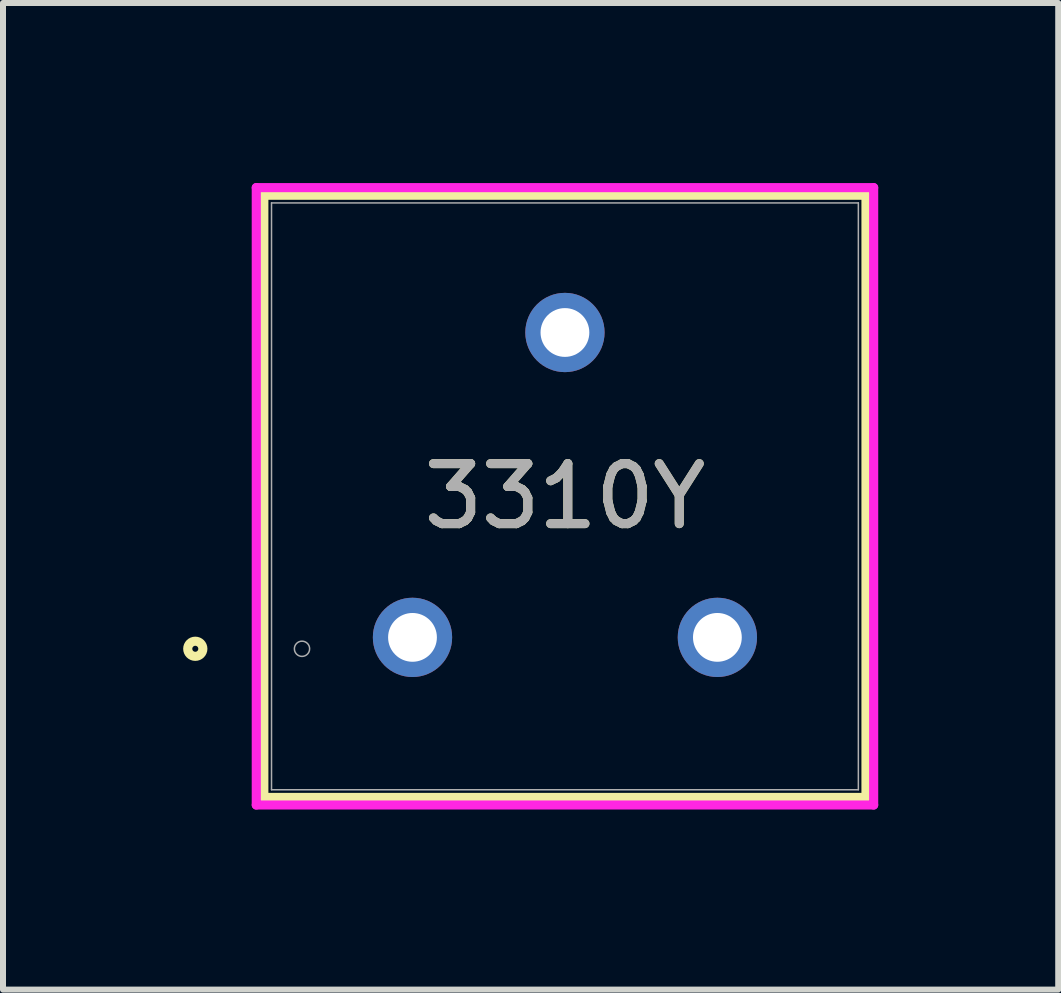
<source format=kicad_pcb>
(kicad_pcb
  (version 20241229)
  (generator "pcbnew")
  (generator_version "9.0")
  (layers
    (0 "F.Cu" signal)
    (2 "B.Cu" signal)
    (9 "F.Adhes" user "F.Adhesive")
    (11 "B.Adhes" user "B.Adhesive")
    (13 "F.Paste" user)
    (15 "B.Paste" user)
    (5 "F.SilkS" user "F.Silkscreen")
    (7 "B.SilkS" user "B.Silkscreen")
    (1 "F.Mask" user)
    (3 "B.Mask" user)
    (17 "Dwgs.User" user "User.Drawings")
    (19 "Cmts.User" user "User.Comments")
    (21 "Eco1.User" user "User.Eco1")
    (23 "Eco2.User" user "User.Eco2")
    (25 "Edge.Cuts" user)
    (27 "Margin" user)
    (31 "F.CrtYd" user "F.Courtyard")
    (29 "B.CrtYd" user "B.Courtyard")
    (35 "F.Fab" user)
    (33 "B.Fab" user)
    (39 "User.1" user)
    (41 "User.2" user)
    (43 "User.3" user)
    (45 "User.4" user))
  (footprint "3310Y"
    (layer "F.Cu")
    (at 3.823 7.57)
    (property "Reference" "3310Y" (at 2.54 -2.35 0) (unlocked yes) (layer "F.SilkS") (effects (font (size 1 1) (thickness 0.15))))
    (attr through_hole)
    (fp_line (start -2.477 -7.367) (end 7.556 -7.367) (stroke (width 0.152) (type solid)) (layer "F.SilkS"))
    (fp_line (start -2.477 2.667) (end -2.477 -7.367) (stroke (width 0.152) (type solid)) (layer "F.SilkS"))
    (fp_line (start 7.556 -7.367) (end 7.556 2.667) (stroke (width 0.152) (type solid)) (layer "F.SilkS"))
    (fp_line (start 7.556 2.667) (end -2.477 2.667) (stroke (width 0.152) (type solid)) (layer "F.SilkS"))
    (fp_circle (center -3.619 0.19) (end -3.493 0.19) (stroke (width 0.152) (type solid)) (fill no) (layer "F.SilkS"))
    (fp_line (start -2.603 -7.494) (end 7.684 -7.494) (stroke (width 0.152) (type solid)) (layer "F.CrtYd"))
    (fp_line (start -2.603 2.793) (end -2.603 -7.494) (stroke (width 0.152) (type solid)) (layer "F.CrtYd"))
    (fp_line (start 7.684 -7.494) (end 7.684 2.793) (stroke (width 0.152) (type solid)) (layer "F.CrtYd"))
    (fp_line (start 7.684 2.793) (end -2.603 2.793) (stroke (width 0.152) (type solid)) (layer "F.CrtYd"))
    (fp_line (start -2.349 -7.239) (end 7.429 -7.239) (stroke (width 0.025) (type solid)) (layer "F.Fab"))
    (fp_line (start -2.349 2.539) (end -2.349 -7.239) (stroke (width 0.025) (type solid)) (layer "F.Fab"))
    (fp_line (start 7.429 -7.239) (end 7.429 2.539) (stroke (width 0.025) (type solid)) (layer "F.Fab"))
    (fp_line (start 7.429 2.539) (end -2.349 2.539) (stroke (width 0.025) (type solid)) (layer "F.Fab"))
    (fp_circle (center -1.841 0.19) (end -1.714 0.19) (stroke (width 0.025) (type solid)) (fill no) (layer "F.Fab"))
    (fp_text user "${REFERENCE}" (at 2.54 -2.35 0) (unlocked yes) (layer "F.Fab") (effects (font (size 1 1) (thickness 0.15))))
    (pad "1" thru_hole circle (at 5.08 0) (size 1.321 1.321) (drill 0.813) (layers "*.Cu" "*.Mask"))
    (pad "2" thru_hole circle (at 2.54 -5.08) (size 1.321 1.321) (drill 0.813) (layers "*.Cu" "*.Mask"))
    (pad "3" thru_hole circle (at 0 0) (size 1.321 1.321) (drill 0.813) (layers "*.Cu" "*.Mask")))
  (gr_rect
    (start -3 -3)
    (end 14.582 13.439)
    (stroke (width 0.1) (type default))
    (fill no)
    (layer "Edge.Cuts")))
</source>
